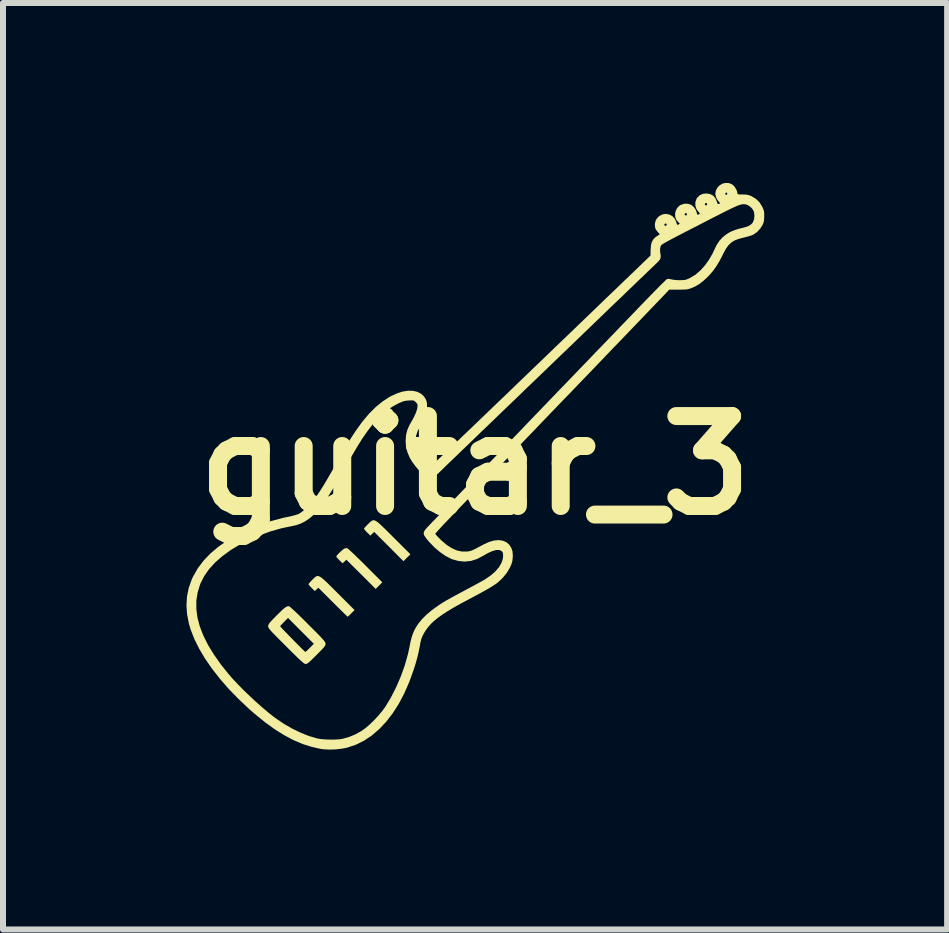
<source format=kicad_pcb>
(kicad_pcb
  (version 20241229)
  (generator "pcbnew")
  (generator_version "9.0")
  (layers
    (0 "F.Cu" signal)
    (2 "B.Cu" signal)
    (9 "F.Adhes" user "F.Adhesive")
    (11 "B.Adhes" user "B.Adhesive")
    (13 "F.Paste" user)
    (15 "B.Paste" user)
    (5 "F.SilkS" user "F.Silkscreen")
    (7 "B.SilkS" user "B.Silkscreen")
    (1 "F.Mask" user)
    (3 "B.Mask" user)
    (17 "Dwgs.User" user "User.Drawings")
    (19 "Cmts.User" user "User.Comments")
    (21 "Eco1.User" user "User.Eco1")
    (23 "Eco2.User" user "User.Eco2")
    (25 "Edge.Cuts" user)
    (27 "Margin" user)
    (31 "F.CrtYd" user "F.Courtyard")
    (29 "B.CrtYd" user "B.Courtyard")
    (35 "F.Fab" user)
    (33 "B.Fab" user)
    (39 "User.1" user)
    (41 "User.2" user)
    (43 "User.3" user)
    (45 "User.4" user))
  (footprint "guitar_3"
    (layer "F.Cu")
    (at 4.871 4.709)
    (property "Reference" "guitar_3" (at 0 0 0) (layer "F.SilkS") (effects (font (size 1.5 1.5) (thickness 0.3))))
    (attr board_only exclude_from_pos_files exclude_from_bom)
    (fp_poly (pts (xy -1.681 0.917) (xy -1.657 0.926) (xy -1.629 0.944) (xy -1.595 0.972) (xy -1.552 1.012) (xy -1.499 1.063) (xy -1.434 1.128) (xy -1.363 1.199) (xy -1.078 1.483) (xy -1.136 1.541) (xy -1.194 1.599) (xy -1.438 1.354) (xy -1.682 1.11) (xy -1.714 1.141) (xy -1.746 1.172) (xy -1.799 1.12) (xy -1.825 1.093) (xy -1.844 1.07) (xy -1.851 1.057) (xy -1.851 1.056) (xy -1.844 1.044) (xy -1.825 1.022) (xy -1.797 0.993) (xy -1.784 0.98) (xy -1.759 0.956) (xy -1.738 0.937) (xy -1.719 0.923) (xy -1.701 0.916)) (stroke (width 0) (type solid)) (fill yes) (layer "F.SilkS"))
    (fp_poly (pts (xy -2.131 1.382) (xy -2.119 1.39) (xy -2.094 1.412) (xy -2.057 1.446) (xy -2.011 1.489) (xy -1.958 1.541) (xy -1.898 1.599) (xy -1.834 1.662) (xy -1.827 1.67) (xy -1.546 1.951) (xy -1.601 2.006) (xy -1.657 2.061) (xy -1.901 1.817) (xy -2.145 1.574) (xy -2.177 1.604) (xy -2.209 1.634) (xy -2.261 1.583) (xy -2.288 1.556) (xy -2.306 1.533) (xy -2.314 1.52) (xy -2.314 1.52) (xy -2.307 1.507) (xy -2.287 1.484) (xy -2.261 1.457) (xy -2.232 1.43) (xy -2.204 1.406) (xy -2.182 1.39) (xy -2.179 1.389) (xy -2.151 1.381)) (stroke (width 0) (type solid)) (fill yes) (layer "F.SilkS"))
    (fp_poly (pts (xy -2.611 1.847) (xy -2.588 1.856) (xy -2.559 1.875) (xy -2.524 1.904) (xy -2.48 1.944) (xy -2.426 1.997) (xy -2.36 2.062) (xy -2.293 2.13) (xy -2.009 2.413) (xy -2.064 2.469) (xy -2.091 2.496) (xy -2.112 2.515) (xy -2.124 2.524) (xy -2.124 2.524) (xy -2.133 2.517) (xy -2.154 2.497) (xy -2.187 2.465) (xy -2.229 2.424) (xy -2.279 2.374) (xy -2.335 2.319) (xy -2.371 2.283) (xy -2.613 2.041) (xy -2.642 2.069) (xy -2.672 2.097) (xy -2.724 2.046) (xy -2.75 2.018) (xy -2.769 1.996) (xy -2.777 1.983) (xy -2.777 1.983) (xy -2.77 1.971) (xy -2.751 1.948) (xy -2.724 1.919) (xy -2.714 1.909) (xy -2.69 1.885) (xy -2.669 1.866) (xy -2.65 1.852) (xy -2.631 1.846)) (stroke (width 0) (type solid)) (fill yes) (layer "F.SilkS"))
    (fp_poly (pts (xy -3.099 2.351) (xy -3.086 2.36) (xy -3.061 2.382) (xy -3.024 2.415) (xy -2.977 2.459) (xy -2.923 2.511) (xy -2.863 2.57) (xy -2.799 2.634) (xy -2.784 2.649) (xy -2.71 2.723) (xy -2.649 2.784) (xy -2.601 2.833) (xy -2.564 2.872) (xy -2.537 2.902) (xy -2.517 2.925) (xy -2.504 2.943) (xy -2.497 2.957) (xy -2.493 2.968) (xy -2.493 2.977) (xy -2.494 2.99) (xy -2.499 3.004) (xy -2.51 3.022) (xy -2.529 3.045) (xy -2.557 3.075) (xy -2.597 3.116) (xy -2.643 3.163) (xy -2.696 3.215) (xy -2.737 3.255) (xy -2.767 3.282) (xy -2.79 3.3) (xy -2.807 3.309) (xy -2.821 3.313) (xy -2.824 3.313) (xy -2.834 3.311) (xy -2.846 3.305) (xy -2.863 3.293) (xy -2.886 3.274) (xy -2.917 3.247) (xy -2.956 3.21) (xy -3.005 3.162) (xy -3.066 3.102) (xy -3.14 3.028) (xy -3.152 3.016) (xy -3.227 2.941) (xy -3.288 2.88) (xy -3.337 2.83) (xy -3.375 2.791) (xy -3.403 2.76) (xy -3.424 2.736) (xy -3.437 2.718) (xy -3.445 2.705) (xy -3.449 2.693) (xy -3.45 2.683) (xy -3.25 2.683) (xy -3.243 2.692) (xy -3.223 2.714) (xy -3.193 2.746) (xy -3.155 2.785) (xy -3.112 2.83) (xy -3.064 2.879) (xy -3.016 2.928) (xy -2.969 2.976) (xy -2.925 3.02) (xy -2.887 3.058) (xy -2.856 3.088) (xy -2.836 3.106) (xy -2.829 3.112) (xy -2.82 3.106) (xy -2.799 3.087) (xy -2.771 3.06) (xy -2.756 3.045) (xy -2.688 2.976) (xy -2.903 2.761) (xy -3.118 2.545) (xy -3.184 2.611) (xy -3.213 2.641) (xy -3.236 2.665) (xy -3.249 2.681) (xy -3.25 2.683) (xy -3.45 2.683) (xy -3.45 2.683) (xy -3.45 2.683) (xy -3.448 2.669) (xy -3.443 2.654) (xy -3.431 2.635) (xy -3.412 2.611) (xy -3.382 2.579) (xy -3.34 2.535) (xy -3.316 2.511) (xy -3.259 2.455) (xy -3.215 2.412) (xy -3.18 2.382) (xy -3.153 2.362) (xy -3.131 2.352) (xy -3.113 2.349)) (stroke (width 0) (type solid)) (fill yes) (layer "F.SilkS"))
    (fp_poly (pts (xy 4.229 -4.707) (xy 4.279 -4.689) (xy 4.303 -4.672) (xy 4.331 -4.641) (xy 4.355 -4.602) (xy 4.371 -4.562) (xy 4.375 -4.538) (xy 4.377 -4.527) (xy 4.384 -4.521) (xy 4.402 -4.518) (xy 4.435 -4.516) (xy 4.462 -4.516) (xy 4.513 -4.515) (xy 4.551 -4.509) (xy 4.586 -4.498) (xy 4.608 -4.489) (xy 4.683 -4.444) (xy 4.743 -4.386) (xy 4.788 -4.314) (xy 4.805 -4.276) (xy 4.816 -4.245) (xy 4.821 -4.213) (xy 4.822 -4.17) (xy 4.822 -4.155) (xy 4.82 -4.105) (xy 4.816 -4.068) (xy 4.806 -4.036) (xy 4.793 -4.006) (xy 4.754 -3.945) (xy 4.702 -3.89) (xy 4.643 -3.849) (xy 4.621 -3.838) (xy 4.587 -3.826) (xy 4.542 -3.813) (xy 4.493 -3.8) (xy 4.481 -3.797) (xy 4.397 -3.776) (xy 4.329 -3.75) (xy 4.274 -3.716) (xy 4.227 -3.671) (xy 4.185 -3.613) (xy 4.143 -3.537) (xy 4.133 -3.516) (xy 4.08 -3.413) (xy 4.028 -3.325) (xy 3.973 -3.248) (xy 3.912 -3.176) (xy 3.871 -3.134) (xy 3.8 -3.069) (xy 3.734 -3.019) (xy 3.666 -2.98) (xy 3.602 -2.953) (xy 3.573 -2.943) (xy 3.546 -2.936) (xy 3.513 -2.932) (xy 3.472 -2.93) (xy 3.416 -2.929) (xy 3.388 -2.929) (xy 3.237 -2.929) (xy 3.194 -2.881) (xy 3.183 -2.87) (xy 3.159 -2.845) (xy 3.121 -2.805) (xy 3.071 -2.753) (xy 3.009 -2.689) (xy 2.936 -2.613) (xy 2.853 -2.526) (xy 2.759 -2.428) (xy 2.657 -2.322) (xy 2.546 -2.206) (xy 2.428 -2.083) (xy 2.302 -1.953) (xy 2.17 -1.815) (xy 2.033 -1.672) (xy 1.891 -1.524) (xy 1.744 -1.372) (xy 1.594 -1.215) (xy 1.44 -1.056) (xy 1.285 -0.895) (xy 1.128 -0.732) (xy 0.971 -0.568) (xy 0.813 -0.404) (xy 0.656 -0.24) (xy 0.5 -0.078) (xy 0.346 0.082) (xy 0.194 0.24) (xy 0.046 0.394) (xy -0.098 0.543) (xy -0.238 0.688) (xy -0.372 0.828) (xy -0.465 0.925) (xy -0.518 0.98) (xy -0.564 1.03) (xy -0.604 1.073) (xy -0.635 1.108) (xy -0.655 1.131) (xy -0.663 1.142) (xy -0.663 1.142) (xy -0.655 1.154) (xy -0.636 1.176) (xy -0.606 1.207) (xy -0.57 1.243) (xy -0.565 1.248) (xy -0.477 1.324) (xy -0.391 1.38) (xy -0.308 1.418) (xy -0.224 1.437) (xy -0.14 1.438) (xy -0.114 1.435) (xy -0.09 1.431) (xy -0.065 1.424) (xy -0.036 1.412) (xy 0.001 1.395) (xy 0.048 1.37) (xy 0.109 1.338) (xy 0.15 1.316) (xy 0.236 1.277) (xy 0.318 1.254) (xy 0.395 1.247) (xy 0.464 1.257) (xy 0.524 1.283) (xy 0.571 1.324) (xy 0.604 1.375) (xy 0.624 1.433) (xy 0.63 1.501) (xy 0.628 1.537) (xy 0.624 1.585) (xy 0.615 1.624) (xy 0.601 1.663) (xy 0.579 1.711) (xy 0.525 1.8) (xy 0.455 1.884) (xy 0.376 1.957) (xy 0.363 1.967) (xy 0.317 1.998) (xy 0.257 2.036) (xy 0.181 2.08) (xy 0.089 2.131) (xy -0.021 2.19) (xy -0.1 2.232) (xy -0.237 2.305) (xy -0.356 2.372) (xy -0.459 2.433) (xy -0.546 2.49) (xy -0.621 2.544) (xy -0.685 2.596) (xy -0.738 2.647) (xy -0.783 2.698) (xy -0.822 2.751) (xy -0.824 2.754) (xy -0.856 2.807) (xy -0.88 2.855) (xy -0.898 2.904) (xy -0.912 2.963) (xy -0.92 3.01) (xy -0.939 3.105) (xy -0.961 3.2) (xy -0.989 3.3) (xy -1.022 3.405) (xy -1.096 3.611) (xy -1.179 3.801) (xy -1.271 3.976) (xy -1.372 4.134) (xy -1.481 4.275) (xy -1.597 4.398) (xy -1.72 4.504) (xy -1.85 4.591) (xy -1.985 4.658) (xy -2.126 4.706) (xy -2.132 4.708) (xy -2.225 4.726) (xy -2.327 4.737) (xy -2.43 4.74) (xy -2.527 4.735) (xy -2.572 4.729) (xy -2.723 4.695) (xy -2.875 4.647) (xy -3.028 4.582) (xy -3.182 4.5) (xy -3.34 4.401) (xy -3.503 4.283) (xy -3.671 4.147) (xy -3.776 4.055) (xy -3.95 3.89) (xy -4.111 3.724) (xy -4.257 3.556) (xy -4.388 3.388) (xy -4.503 3.222) (xy -4.6 3.058) (xy -4.68 2.897) (xy -4.741 2.741) (xy -4.77 2.645) (xy -4.801 2.487) (xy -4.808 2.395) (xy -4.647 2.395) (xy -4.629 2.538) (xy -4.59 2.685) (xy -4.531 2.837) (xy -4.453 2.994) (xy -4.354 3.156) (xy -4.236 3.323) (xy -4.114 3.476) (xy -4.041 3.56) (xy -3.954 3.652) (xy -3.859 3.749) (xy -3.757 3.847) (xy -3.653 3.944) (xy -3.55 4.035) (xy -3.452 4.118) (xy -3.363 4.189) (xy -3.329 4.214) (xy -3.191 4.308) (xy -3.049 4.39) (xy -2.907 4.459) (xy -2.769 4.514) (xy -2.637 4.553) (xy -2.614 4.558) (xy -2.559 4.566) (xy -2.49 4.571) (xy -2.415 4.574) (xy -2.34 4.573) (xy -2.271 4.569) (xy -2.216 4.562) (xy -2.208 4.56) (xy -2.104 4.531) (xy -1.999 4.488) (xy -1.9 4.434) (xy -1.888 4.426) (xy -1.823 4.379) (xy -1.753 4.318) (xy -1.681 4.248) (xy -1.611 4.173) (xy -1.547 4.096) (xy -1.497 4.028) (xy -1.403 3.872) (xy -1.316 3.701) (xy -1.238 3.521) (xy -1.172 3.337) (xy -1.12 3.153) (xy -1.094 3.034) (xy -1.076 2.943) (xy -1.057 2.869) (xy -1.036 2.806) (xy -1.012 2.75) (xy -0.982 2.696) (xy -0.945 2.64) (xy -0.941 2.634) (xy -0.883 2.564) (xy -0.808 2.489) (xy -0.717 2.413) (xy -0.613 2.338) (xy -0.526 2.281) (xy -0.492 2.261) (xy -0.443 2.234) (xy -0.383 2.2) (xy -0.315 2.163) (xy -0.242 2.124) (xy -0.179 2.09) (xy -0.106 2.051) (xy -0.034 2.013) (xy 0.033 1.976) (xy 0.092 1.944) (xy 0.139 1.918) (xy 0.167 1.901) (xy 0.261 1.837) (xy 0.338 1.77) (xy 0.399 1.699) (xy 0.441 1.627) (xy 0.464 1.555) (xy 0.468 1.512) (xy 0.467 1.475) (xy 0.461 1.452) (xy 0.45 1.436) (xy 0.443 1.429) (xy 0.405 1.412) (xy 0.355 1.412) (xy 0.292 1.429) (xy 0.217 1.462) (xy 0.137 1.508) (xy 0.034 1.562) (xy -0.068 1.594) (xy -0.171 1.605) (xy -0.275 1.596) (xy -0.381 1.566) (xy -0.4 1.558) (xy -0.492 1.511) (xy -0.585 1.446) (xy -0.678 1.367) (xy -0.765 1.277) (xy -0.803 1.232) (xy -0.831 1.194) (xy -0.85 1.163) (xy -0.857 1.136) (xy -0.852 1.109) (xy -0.834 1.078) (xy -0.802 1.04) (xy -0.756 0.992) (xy -0.751 0.987) (xy -0.734 0.968) (xy -0.702 0.935) (xy -0.657 0.889) (xy -0.6 0.83) (xy -0.532 0.759) (xy -0.453 0.677) (xy -0.363 0.584) (xy -0.264 0.481) (xy -0.157 0.37) (xy -0.042 0.25) (xy 0.08 0.123) (xy 0.209 -0.011) (xy 0.343 -0.15) (xy 0.482 -0.295) (xy 0.625 -0.443) (xy 0.772 -0.595) (xy 0.836 -0.663) (xy 0.989 -0.822) (xy 1.142 -0.981) (xy 1.294 -1.139) (xy 1.444 -1.295) (xy 1.592 -1.448) (xy 1.735 -1.597) (xy 1.874 -1.741) (xy 2.006 -1.879) (xy 2.132 -2.009) (xy 2.251 -2.132) (xy 2.36 -2.246) (xy 2.46 -2.35) (xy 2.549 -2.442) (xy 2.627 -2.523) (xy 2.692 -2.59) (xy 2.743 -2.644) (xy 2.744 -2.645) (xy 2.822 -2.726) (xy 2.897 -2.803) (xy 2.966 -2.874) (xy 3.028 -2.937) (xy 3.083 -2.993) (xy 3.129 -3.038) (xy 3.164 -3.072) (xy 3.186 -3.094) (xy 3.195 -3.101) (xy 3.215 -3.109) (xy 3.237 -3.109) (xy 3.27 -3.101) (xy 3.303 -3.095) (xy 3.349 -3.09) (xy 3.399 -3.087) (xy 3.414 -3.087) (xy 3.461 -3.088) (xy 3.496 -3.091) (xy 3.526 -3.098) (xy 3.56 -3.113) (xy 3.592 -3.128) (xy 3.675 -3.178) (xy 3.755 -3.247) (xy 3.831 -3.33) (xy 3.9 -3.426) (xy 3.96 -3.53) (xy 3.987 -3.588) (xy 4.03 -3.676) (xy 4.077 -3.747) (xy 4.133 -3.806) (xy 4.181 -3.845) (xy 4.233 -3.879) (xy 4.285 -3.905) (xy 4.343 -3.927) (xy 4.414 -3.948) (xy 4.445 -3.955) (xy 4.512 -3.973) (xy 4.562 -3.991) (xy 4.598 -4.013) (xy 4.624 -4.039) (xy 4.636 -4.058) (xy 4.654 -4.107) (xy 4.659 -4.165) (xy 4.652 -4.221) (xy 4.645 -4.242) (xy 4.621 -4.28) (xy 4.585 -4.315) (xy 4.544 -4.341) (xy 4.517 -4.35) (xy 4.498 -4.353) (xy 4.479 -4.354) (xy 4.46 -4.353) (xy 4.437 -4.349) (xy 4.41 -4.341) (xy 4.376 -4.329) (xy 4.335 -4.311) (xy 4.285 -4.288) (xy 4.223 -4.258) (xy 4.149 -4.221) (xy 4.061 -4.176) (xy 3.957 -4.123) (xy 3.865 -4.076) (xy 3.728 -4.005) (xy 3.609 -3.944) (xy 3.505 -3.891) (xy 3.417 -3.845) (xy 3.343 -3.806) (xy 3.281 -3.774) (xy 3.231 -3.747) (xy 3.191 -3.725) (xy 3.159 -3.707) (xy 3.136 -3.693) (xy 3.119 -3.682) (xy 3.108 -3.673) (xy 3.101 -3.665) (xy 3.097 -3.658) (xy 3.094 -3.651) (xy 3.092 -3.644) (xy 3.091 -3.64) (xy 3.085 -3.604) (xy 3.086 -3.562) (xy 3.091 -3.534) (xy 3.096 -3.492) (xy 3.094 -3.46) (xy 3.082 -3.431) (xy 3.057 -3.4) (xy 3.019 -3.362) (xy 3.017 -3.36) (xy 3.005 -3.349) (xy 2.978 -3.323) (xy 2.938 -3.285) (xy 2.885 -3.234) (xy 2.821 -3.172) (xy 2.745 -3.1) (xy 2.66 -3.017) (xy 2.564 -2.926) (xy 2.461 -2.826) (xy 2.349 -2.719) (xy 2.23 -2.605) (xy 2.106 -2.485) (xy 1.976 -2.36) (xy 1.842 -2.231) (xy 1.704 -2.098) (xy 1.563 -1.962) (xy 1.42 -1.825) (xy 1.276 -1.686) (xy 1.132 -1.547) (xy 0.988 -1.409) (xy 0.845 -1.272) (xy 0.705 -1.136) (xy 0.567 -1.004) (xy 0.433 -0.875) (xy 0.304 -0.75) (xy 0.18 -0.631) (xy 0.062 -0.518) (xy -0.048 -0.411) (xy -0.151 -0.312) (xy -0.245 -0.222) (xy -0.329 -0.14) (xy -0.404 -0.069) (xy -0.467 -0.008) (xy -0.518 0.042) (xy -0.556 0.079) (xy -0.575 0.097) (xy -0.626 0.146) (xy -0.665 0.182) (xy -0.694 0.207) (xy -0.716 0.222) (xy -0.733 0.229) (xy -0.745 0.231) (xy -0.774 0.223) (xy -0.812 0.199) (xy -0.856 0.164) (xy -0.903 0.118) (xy -0.952 0.065) (xy -0.999 0.008) (xy -1.042 -0.05) (xy -1.078 -0.108) (xy -1.088 -0.126) (xy -1.126 -0.213) (xy -1.149 -0.3) (xy -1.157 -0.395) (xy -1.157 -0.411) (xy -1.15 -0.505) (xy -1.129 -0.591) (xy -1.091 -0.676) (xy -1.072 -0.709) (xy -1.022 -0.798) (xy -0.986 -0.876) (xy -0.965 -0.94) (xy -0.961 -0.966) (xy -0.958 -0.999) (xy -0.962 -1.02) (xy -0.975 -1.039) (xy -0.988 -1.052) (xy -1.005 -1.069) (xy -1.021 -1.079) (xy -1.04 -1.083) (xy -1.07 -1.083) (xy -1.104 -1.081) (xy -1.147 -1.078) (xy -1.182 -1.071) (xy -1.218 -1.059) (xy -1.262 -1.04) (xy -1.285 -1.029) (xy -1.376 -0.979) (xy -1.463 -0.921) (xy -1.547 -0.851) (xy -1.63 -0.77) (xy -1.713 -0.675) (xy -1.797 -0.565) (xy -1.884 -0.44) (xy -1.973 -0.296) (xy -2.063 -0.142) (xy -2.1 -0.076) (xy -2.144 -0.000179) (xy -2.189 0.079) (xy -2.231 0.155) (xy -2.251 0.189) (xy -2.338 0.34) (xy -2.419 0.472) (xy -2.495 0.586) (xy -2.567 0.685) (xy -2.636 0.768) (xy -2.704 0.837) (xy -2.772 0.894) (xy -2.84 0.938) (xy -2.91 0.973) (xy -2.982 0.998) (xy -3.059 1.015) (xy -3.061 1.015) (xy -3.228 1.05) (xy -3.402 1.099) (xy -3.577 1.162) (xy -3.749 1.235) (xy -3.912 1.316) (xy -4.06 1.404) (xy -4.076 1.415) (xy -4.215 1.516) (xy -4.334 1.621) (xy -4.434 1.73) (xy -4.514 1.844) (xy -4.575 1.963) (xy -4.586 1.991) (xy -4.626 2.122) (xy -4.647 2.256) (xy -4.647 2.395) (xy -4.808 2.395) (xy -4.812 2.335) (xy -4.803 2.188) (xy -4.774 2.044) (xy -4.724 1.903) (xy -4.702 1.856) (xy -4.624 1.719) (xy -4.526 1.589) (xy -4.409 1.467) (xy -4.272 1.352) (xy -4.116 1.245) (xy -3.94 1.145) (xy -3.907 1.128) (xy -3.676 1.024) (xy -3.44 0.94) (xy -3.199 0.876) (xy -3.138 0.863) (xy -3.079 0.851) (xy -3.024 0.837) (xy -2.976 0.823) (xy -2.943 0.812) (xy -2.938 0.809) (xy -2.905 0.789) (xy -2.862 0.755) (xy -2.812 0.71) (xy -2.787 0.685) (xy -2.746 0.642) (xy -2.705 0.595) (xy -2.665 0.544) (xy -2.623 0.485) (xy -2.577 0.417) (xy -2.528 0.338) (xy -2.473 0.246) (xy -2.411 0.139) (xy -2.34 0.016) (xy -2.282 -0.088) (xy -2.232 -0.177) (xy -2.189 -0.251) (xy -2.153 -0.314) (xy -2.121 -0.369) (xy -2.092 -0.417) (xy -2.064 -0.46) (xy -2.037 -0.502) (xy -2.009 -0.545) (xy -1.987 -0.578) (xy -1.878 -0.729) (xy -1.768 -0.86) (xy -1.656 -0.972) (xy -1.542 -1.065) (xy -1.423 -1.142) (xy -1.399 -1.155) (xy -1.3 -1.2) (xy -1.206 -1.23) (xy -1.116 -1.244) (xy -1.034 -1.242) (xy -0.961 -1.225) (xy -0.898 -1.192) (xy -0.857 -1.154) (xy -0.828 -1.114) (xy -0.81 -1.074) (xy -0.801 -1.026) (xy -0.801 -0.966) (xy -0.801 -0.953) (xy -0.805 -0.911) (xy -0.811 -0.873) (xy -0.822 -0.835) (xy -0.84 -0.794) (xy -0.865 -0.744) (xy -0.899 -0.682) (xy -0.91 -0.662) (xy -0.956 -0.572) (xy -0.984 -0.491) (xy -0.995 -0.415) (xy -0.989 -0.339) (xy -0.967 -0.262) (xy -0.942 -0.205) (xy -0.921 -0.168) (xy -0.894 -0.126) (xy -0.862 -0.083) (xy -0.83 -0.043) (xy -0.8 -0.008) (xy -0.774 0.017) (xy -0.756 0.029) (xy -0.751 0.03) (xy -0.742 0.022) (xy -0.719 0.001) (xy -0.682 -0.034) (xy -0.632 -0.081) (xy -0.57 -0.14) (xy -0.497 -0.21) (xy -0.412 -0.29) (xy -0.318 -0.379) (xy -0.215 -0.478) (xy -0.103 -0.585) (xy 0.016 -0.699) (xy 0.142 -0.82) (xy 0.274 -0.947) (xy 0.412 -1.08) (xy 0.555 -1.216) (xy 0.695 -1.352) (xy 0.848 -1.499) (xy 1.001 -1.646) (xy 1.153 -1.792) (xy 1.302 -1.936) (xy 1.449 -2.077) (xy 1.591 -2.213) (xy 1.728 -2.345) (xy 1.858 -2.47) (xy 1.981 -2.588) (xy 2.095 -2.699) (xy 2.2 -2.8) (xy 2.295 -2.891) (xy 2.378 -2.97) (xy 2.448 -3.038) (xy 2.505 -3.093) (xy 2.527 -3.113) (xy 2.926 -3.498) (xy 2.928 -3.592) (xy 2.933 -3.665) (xy 2.947 -3.722) (xy 2.972 -3.767) (xy 3.009 -3.804) (xy 3.03 -3.819) (xy 3.081 -3.853) (xy 3.045 -3.893) (xy 3.015 -3.932) (xy 3.001 -3.97) (xy 2.999 -4.016) (xy 2.999 -4.019) (xy 3.157 -4.019) (xy 3.158 -4.003) (xy 3.168 -3.994) (xy 3.187 -3.995) (xy 3.196 -4.01) (xy 3.194 -4.022) (xy 3.181 -4.033) (xy 3.171 -4.032) (xy 3.157 -4.019) (xy 2.999 -4.019) (xy 3 -4.035) (xy 3.015 -4.09) (xy 3.048 -4.135) (xy 3.08 -4.161) (xy 3.133 -4.186) (xy 3.188 -4.192) (xy 3.242 -4.181) (xy 3.29 -4.155) (xy 3.329 -4.114) (xy 3.354 -4.061) (xy 3.356 -4.054) (xy 3.364 -4.024) (xy 3.372 -4.011) (xy 3.382 -4.01) (xy 3.398 -4.018) (xy 3.412 -4.027) (xy 3.411 -4.035) (xy 3.394 -4.05) (xy 3.359 -4.09) (xy 3.339 -4.138) (xy 3.336 -4.183) (xy 3.494 -4.183) (xy 3.497 -4.175) (xy 3.512 -4.165) (xy 3.528 -4.17) (xy 3.534 -4.186) (xy 3.528 -4.203) (xy 3.519 -4.207) (xy 3.5 -4.2) (xy 3.494 -4.183) (xy 3.336 -4.183) (xy 3.335 -4.191) (xy 3.346 -4.243) (xy 3.37 -4.291) (xy 3.408 -4.329) (xy 3.432 -4.343) (xy 3.492 -4.362) (xy 3.551 -4.361) (xy 3.604 -4.343) (xy 3.649 -4.307) (xy 3.682 -4.256) (xy 3.693 -4.225) (xy 3.702 -4.194) (xy 3.709 -4.18) (xy 3.717 -4.178) (xy 3.73 -4.184) (xy 3.733 -4.186) (xy 3.746 -4.194) (xy 3.748 -4.202) (xy 3.736 -4.217) (xy 3.724 -4.229) (xy 3.691 -4.276) (xy 3.674 -4.331) (xy 3.674 -4.352) (xy 3.831 -4.352) (xy 3.834 -4.344) (xy 3.849 -4.333) (xy 3.864 -4.339) (xy 3.87 -4.354) (xy 3.864 -4.371) (xy 3.855 -4.375) (xy 3.837 -4.368) (xy 3.831 -4.352) (xy 3.674 -4.352) (xy 3.674 -4.388) (xy 3.693 -4.443) (xy 3.708 -4.466) (xy 3.749 -4.505) (xy 3.802 -4.527) (xy 3.855 -4.533) (xy 3.918 -4.524) (xy 3.969 -4.498) (xy 4.007 -4.456) (xy 4.031 -4.399) (xy 4.042 -4.368) (xy 4.055 -4.356) (xy 4.073 -4.36) (xy 4.078 -4.363) (xy 4.084 -4.373) (xy 4.074 -4.388) (xy 4.069 -4.392) (xy 4.04 -4.428) (xy 4.018 -4.474) (xy 4.007 -4.52) (xy 4.007 -4.528) (xy 4.007 -4.529) (xy 4.171 -4.529) (xy 4.177 -4.515) (xy 4.192 -4.508) (xy 4.203 -4.515) (xy 4.205 -4.533) (xy 4.203 -4.539) (xy 4.195 -4.55) (xy 4.181 -4.544) (xy 4.18 -4.543) (xy 4.171 -4.529) (xy 4.007 -4.529) (xy 4.016 -4.583) (xy 4.042 -4.631) (xy 4.079 -4.669) (xy 4.125 -4.696) (xy 4.177 -4.709)) (stroke (width 0) (type solid)) (fill yes) (layer "F.SilkS")))
  (gr_rect
    (start -3 -3)
    (end 12.743 12.449)
    (stroke (width 0.1) (type default))
    (fill no)
    (layer "Edge.Cuts")))
</source>
